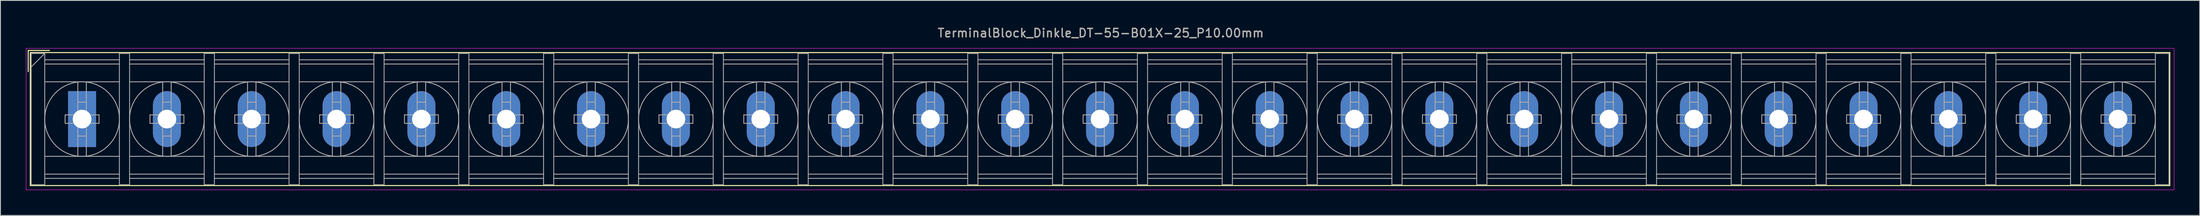
<source format=kicad_pcb>
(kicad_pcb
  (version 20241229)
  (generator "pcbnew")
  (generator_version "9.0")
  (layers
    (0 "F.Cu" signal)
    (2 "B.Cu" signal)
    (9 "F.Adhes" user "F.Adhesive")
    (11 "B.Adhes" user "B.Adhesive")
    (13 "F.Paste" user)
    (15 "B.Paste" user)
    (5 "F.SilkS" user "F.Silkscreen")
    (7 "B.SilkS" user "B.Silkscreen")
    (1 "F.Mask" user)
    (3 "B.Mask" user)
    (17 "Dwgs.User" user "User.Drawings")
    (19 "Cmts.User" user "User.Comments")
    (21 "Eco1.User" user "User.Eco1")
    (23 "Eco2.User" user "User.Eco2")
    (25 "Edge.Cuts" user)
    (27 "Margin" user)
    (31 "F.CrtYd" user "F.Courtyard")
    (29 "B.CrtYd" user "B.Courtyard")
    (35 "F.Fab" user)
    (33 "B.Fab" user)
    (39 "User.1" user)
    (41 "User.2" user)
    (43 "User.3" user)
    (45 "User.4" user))
  (footprint "TerminalBlock_Dinkle_DT-55-B01X-25_P10.00mm"
    (layer "F.Cu")
    (at 6.625 11.008)
    (property "Reference" "TerminalBlock_Dinkle_DT-55-B01X-25_P10.00mm" (at 120.08 -10.16 0) (layer "F.SilkS") (effects (font (size 1 1) (thickness 0.15))))
    (attr through_hole)
    (fp_line (start -6.35 -8.1) (end -3.85 -8.1) (stroke (width 0.12) (type solid)) (layer "F.SilkS"))
    (fp_line (start -6.35 -5.6) (end -6.35 -8.1) (stroke (width 0.12) (type solid)) (layer "F.SilkS"))
    (fp_line (start -6.1 -7.85) (end 246.1 -7.85) (stroke (width 0.12) (type solid)) (layer "F.SilkS"))
    (fp_line (start -6.1 7.85) (end -6.1 -7.85) (stroke (width 0.12) (type solid)) (layer "F.SilkS"))
    (fp_line (start -6.1 7.85) (end 246.1 7.85) (stroke (width 0.12) (type solid)) (layer "F.SilkS"))
    (fp_line (start 246.1 -7.85) (end 246.1 7.85) (stroke (width 0.12) (type solid)) (layer "F.SilkS"))
    (fp_line (start -6.6 -8.35) (end 246.6 -8.35) (stroke (width 0.05) (type solid)) (layer "F.CrtYd"))
    (fp_line (start -6.6 8.35) (end -6.6 -8.35) (stroke (width 0.05) (type solid)) (layer "F.CrtYd"))
    (fp_line (start -6.6 8.35) (end 246.6 8.35) (stroke (width 0.05) (type solid)) (layer "F.CrtYd"))
    (fp_line (start 246.6 -8.35) (end 246.6 8.35) (stroke (width 0.05) (type solid)) (layer "F.CrtYd"))
    (fp_line (start -6 -7.75) (end -6 7.75) (stroke (width 0.1) (type solid)) (layer "F.Fab"))
    (fp_line (start -6 -7.75) (end -4.4 -7.75) (stroke (width 0.1) (type solid)) (layer "F.Fab"))
    (fp_line (start -6 7.75) (end -4.4 7.75) (stroke (width 0.1) (type solid)) (layer "F.Fab"))
    (fp_line (start -4.4 -7.75) (end -6 -6.15) (stroke (width 0.1) (type solid)) (layer "F.Fab"))
    (fp_line (start -4.4 -7.75) (end -4.4 7.75) (stroke (width 0.1) (type solid)) (layer "F.Fab"))
    (fp_line (start -4.4 -7) (end 4.4 -7) (stroke (width 0.1) (type solid)) (layer "F.Fab"))
    (fp_line (start -4.4 -6.5) (end 4.4 -6.5) (stroke (width 0.1) (type solid)) (layer "F.Fab"))
    (fp_line (start -4.4 -4.4) (end 4.4 -4.4) (stroke (width 0.1) (type solid)) (layer "F.Fab"))
    (fp_line (start -4.4 4.4) (end 4.4 4.4) (stroke (width 0.1) (type solid)) (layer "F.Fab"))
    (fp_line (start -4.4 6.5) (end 4.4 6.5) (stroke (width 0.1) (type solid)) (layer "F.Fab"))
    (fp_line (start -4.4 7) (end 4.4 7) (stroke (width 0.1) (type solid)) (layer "F.Fab"))
    (fp_line (start -2 -0.5) (end -2 0.5) (stroke (width 0.1) (type solid)) (layer "F.Fab"))
    (fp_line (start -2 0.5) (end -0.5 0.5) (stroke (width 0.1) (type solid)) (layer "F.Fab"))
    (fp_line (start -0.5 -4.35) (end -0.5 -0.5) (stroke (width 0.1) (type solid)) (layer "F.Fab"))
    (fp_line (start -0.5 -2) (end 0.5 -2) (stroke (width 0.1) (type solid)) (layer "F.Fab"))
    (fp_line (start -0.5 -0.5) (end -2 -0.5) (stroke (width 0.1) (type solid)) (layer "F.Fab"))
    (fp_line (start -0.5 0.5) (end -0.5 4.35) (stroke (width 0.1) (type solid)) (layer "F.Fab"))
    (fp_line (start -0.5 2) (end 0.5 2) (stroke (width 0.1) (type solid)) (layer "F.Fab"))
    (fp_line (start 0.5 -4.35) (end 0.5 -0.5) (stroke (width 0.1) (type solid)) (layer "F.Fab"))
    (fp_line (start 0.5 -0.5) (end 2 -0.5) (stroke (width 0.1) (type solid)) (layer "F.Fab"))
    (fp_line (start 0.5 0.5) (end 0.5 4.35) (stroke (width 0.1) (type solid)) (layer "F.Fab"))
    (fp_line (start 2 -0.5) (end 2 0.5) (stroke (width 0.1) (type solid)) (layer "F.Fab"))
    (fp_line (start 2 0.5) (end 0.5 0.5) (stroke (width 0.1) (type solid)) (layer "F.Fab"))
    (fp_line (start 4.4 -7.75) (end 4.4 7.75) (stroke (width 0.1) (type solid)) (layer "F.Fab"))
    (fp_line (start 4.4 -7.75) (end 5.6 -7.75) (stroke (width 0.1) (type solid)) (layer "F.Fab"))
    (fp_line (start 4.4 7.75) (end 5.6 7.75) (stroke (width 0.1) (type solid)) (layer "F.Fab"))
    (fp_line (start 5.6 -7.75) (end 5.6 7.75) (stroke (width 0.1) (type solid)) (layer "F.Fab"))
    (fp_line (start 5.6 -7) (end 14.4 -7) (stroke (width 0.1) (type solid)) (layer "F.Fab"))
    (fp_line (start 5.6 -6.5) (end 14.4 -6.5) (stroke (width 0.1) (type solid)) (layer "F.Fab"))
    (fp_line (start 5.6 -4.4) (end 14.4 -4.4) (stroke (width 0.1) (type solid)) (layer "F.Fab"))
    (fp_line (start 5.6 4.4) (end 14.4 4.4) (stroke (width 0.1) (type solid)) (layer "F.Fab"))
    (fp_line (start 5.6 6.5) (end 14.4 6.5) (stroke (width 0.1) (type solid)) (layer "F.Fab"))
    (fp_line (start 5.6 7) (end 14.4 7) (stroke (width 0.1) (type solid)) (layer "F.Fab"))
    (fp_line (start 8 -0.5) (end 8 0.5) (stroke (width 0.1) (type solid)) (layer "F.Fab"))
    (fp_line (start 8 0.5) (end 9.5 0.5) (stroke (width 0.1) (type solid)) (layer "F.Fab"))
    (fp_line (start 9.5 -4.35) (end 9.5 -0.5) (stroke (width 0.1) (type solid)) (layer "F.Fab"))
    (fp_line (start 9.5 -2) (end 10.5 -2) (stroke (width 0.1) (type solid)) (layer "F.Fab"))
    (fp_line (start 9.5 -0.5) (end 8 -0.5) (stroke (width 0.1) (type solid)) (layer "F.Fab"))
    (fp_line (start 9.5 0.5) (end 9.5 4.35) (stroke (width 0.1) (type solid)) (layer "F.Fab"))
    (fp_line (start 9.5 2) (end 10.5 2) (stroke (width 0.1) (type solid)) (layer "F.Fab"))
    (fp_line (start 10.5 -4.35) (end 10.5 -0.5) (stroke (width 0.1) (type solid)) (layer "F.Fab"))
    (fp_line (start 10.5 -0.5) (end 12 -0.5) (stroke (width 0.1) (type solid)) (layer "F.Fab"))
    (fp_line (start 10.5 0.5) (end 10.5 4.35) (stroke (width 0.1) (type solid)) (layer "F.Fab"))
    (fp_line (start 12 -0.5) (end 12 0.5) (stroke (width 0.1) (type solid)) (layer "F.Fab"))
    (fp_line (start 12 0.5) (end 10.5 0.5) (stroke (width 0.1) (type solid)) (layer "F.Fab"))
    (fp_line (start 14.4 -7.75) (end 14.4 7.75) (stroke (width 0.1) (type solid)) (layer "F.Fab"))
    (fp_line (start 14.4 -7.75) (end 15.6 -7.75) (stroke (width 0.1) (type solid)) (layer "F.Fab"))
    (fp_line (start 14.4 7.75) (end 15.6 7.75) (stroke (width 0.1) (type solid)) (layer "F.Fab"))
    (fp_line (start 15.6 -7.75) (end 15.6 7.75) (stroke (width 0.1) (type solid)) (layer "F.Fab"))
    (fp_line (start 15.6 -7) (end 24.4 -7) (stroke (width 0.1) (type solid)) (layer "F.Fab"))
    (fp_line (start 15.6 -6.5) (end 24.4 -6.5) (stroke (width 0.1) (type solid)) (layer "F.Fab"))
    (fp_line (start 15.6 -4.4) (end 24.4 -4.4) (stroke (width 0.1) (type solid)) (layer "F.Fab"))
    (fp_line (start 15.6 4.4) (end 24.4 4.4) (stroke (width 0.1) (type solid)) (layer "F.Fab"))
    (fp_line (start 15.6 6.5) (end 24.4 6.5) (stroke (width 0.1) (type solid)) (layer "F.Fab"))
    (fp_line (start 15.6 7) (end 24.4 7) (stroke (width 0.1) (type solid)) (layer "F.Fab"))
    (fp_line (start 18 -0.5) (end 18 0.5) (stroke (width 0.1) (type solid)) (layer "F.Fab"))
    (fp_line (start 18 0.5) (end 19.5 0.5) (stroke (width 0.1) (type solid)) (layer "F.Fab"))
    (fp_line (start 19.5 -4.35) (end 19.5 -0.5) (stroke (width 0.1) (type solid)) (layer "F.Fab"))
    (fp_line (start 19.5 -2) (end 20.5 -2) (stroke (width 0.1) (type solid)) (layer "F.Fab"))
    (fp_line (start 19.5 -0.5) (end 18 -0.5) (stroke (width 0.1) (type solid)) (layer "F.Fab"))
    (fp_line (start 19.5 0.5) (end 19.5 4.35) (stroke (width 0.1) (type solid)) (layer "F.Fab"))
    (fp_line (start 19.5 2) (end 20.5 2) (stroke (width 0.1) (type solid)) (layer "F.Fab"))
    (fp_line (start 20.5 -4.35) (end 20.5 -0.5) (stroke (width 0.1) (type solid)) (layer "F.Fab"))
    (fp_line (start 20.5 -0.5) (end 22 -0.5) (stroke (width 0.1) (type solid)) (layer "F.Fab"))
    (fp_line (start 20.5 0.5) (end 20.5 4.35) (stroke (width 0.1) (type solid)) (layer "F.Fab"))
    (fp_line (start 22 -0.5) (end 22 0.5) (stroke (width 0.1) (type solid)) (layer "F.Fab"))
    (fp_line (start 22 0.5) (end 20.5 0.5) (stroke (width 0.1) (type solid)) (layer "F.Fab"))
    (fp_line (start 24.4 -7.75) (end 24.4 7.75) (stroke (width 0.1) (type solid)) (layer "F.Fab"))
    (fp_line (start 24.4 -7.75) (end 25.6 -7.75) (stroke (width 0.1) (type solid)) (layer "F.Fab"))
    (fp_line (start 24.4 7.75) (end 25.6 7.75) (stroke (width 0.1) (type solid)) (layer "F.Fab"))
    (fp_line (start 25.6 -7.75) (end 25.6 7.75) (stroke (width 0.1) (type solid)) (layer "F.Fab"))
    (fp_line (start 25.6 -7) (end 34.4 -7) (stroke (width 0.1) (type solid)) (layer "F.Fab"))
    (fp_line (start 25.6 -6.5) (end 34.4 -6.5) (stroke (width 0.1) (type solid)) (layer "F.Fab"))
    (fp_line (start 25.6 -4.4) (end 34.4 -4.4) (stroke (width 0.1) (type solid)) (layer "F.Fab"))
    (fp_line (start 25.6 4.4) (end 34.4 4.4) (stroke (width 0.1) (type solid)) (layer "F.Fab"))
    (fp_line (start 25.6 6.5) (end 34.4 6.5) (stroke (width 0.1) (type solid)) (layer "F.Fab"))
    (fp_line (start 25.6 7) (end 34.4 7) (stroke (width 0.1) (type solid)) (layer "F.Fab"))
    (fp_line (start 28 -0.5) (end 28 0.5) (stroke (width 0.1) (type solid)) (layer "F.Fab"))
    (fp_line (start 28 0.5) (end 29.5 0.5) (stroke (width 0.1) (type solid)) (layer "F.Fab"))
    (fp_line (start 29.5 -4.35) (end 29.5 -0.5) (stroke (width 0.1) (type solid)) (layer "F.Fab"))
    (fp_line (start 29.5 -2) (end 30.5 -2) (stroke (width 0.1) (type solid)) (layer "F.Fab"))
    (fp_line (start 29.5 -0.5) (end 28 -0.5) (stroke (width 0.1) (type solid)) (layer "F.Fab"))
    (fp_line (start 29.5 0.5) (end 29.5 4.35) (stroke (width 0.1) (type solid)) (layer "F.Fab"))
    (fp_line (start 29.5 2) (end 30.5 2) (stroke (width 0.1) (type solid)) (layer "F.Fab"))
    (fp_line (start 30.5 -4.35) (end 30.5 -0.5) (stroke (width 0.1) (type solid)) (layer "F.Fab"))
    (fp_line (start 30.5 -0.5) (end 32 -0.5) (stroke (width 0.1) (type solid)) (layer "F.Fab"))
    (fp_line (start 30.5 0.5) (end 30.5 4.35) (stroke (width 0.1) (type solid)) (layer "F.Fab"))
    (fp_line (start 32 -0.5) (end 32 0.5) (stroke (width 0.1) (type solid)) (layer "F.Fab"))
    (fp_line (start 32 0.5) (end 30.5 0.5) (stroke (width 0.1) (type solid)) (layer "F.Fab"))
    (fp_line (start 34.4 -7.75) (end 34.4 7.75) (stroke (width 0.1) (type solid)) (layer "F.Fab"))
    (fp_line (start 34.4 -7.75) (end 35.6 -7.75) (stroke (width 0.1) (type solid)) (layer "F.Fab"))
    (fp_line (start 34.4 7.75) (end 35.6 7.75) (stroke (width 0.1) (type solid)) (layer "F.Fab"))
    (fp_line (start 35.6 -7.75) (end 35.6 7.75) (stroke (width 0.1) (type solid)) (layer "F.Fab"))
    (fp_line (start 35.6 -7) (end 44.4 -7) (stroke (width 0.1) (type solid)) (layer "F.Fab"))
    (fp_line (start 35.6 -6.5) (end 44.4 -6.5) (stroke (width 0.1) (type solid)) (layer "F.Fab"))
    (fp_line (start 35.6 -4.4) (end 44.4 -4.4) (stroke (width 0.1) (type solid)) (layer "F.Fab"))
    (fp_line (start 35.6 4.4) (end 44.4 4.4) (stroke (width 0.1) (type solid)) (layer "F.Fab"))
    (fp_line (start 35.6 6.5) (end 44.4 6.5) (stroke (width 0.1) (type solid)) (layer "F.Fab"))
    (fp_line (start 35.6 7) (end 44.4 7) (stroke (width 0.1) (type solid)) (layer "F.Fab"))
    (fp_line (start 38 -0.5) (end 38 0.5) (stroke (width 0.1) (type solid)) (layer "F.Fab"))
    (fp_line (start 38 0.5) (end 39.5 0.5) (stroke (width 0.1) (type solid)) (layer "F.Fab"))
    (fp_line (start 39.5 -4.35) (end 39.5 -0.5) (stroke (width 0.1) (type solid)) (layer "F.Fab"))
    (fp_line (start 39.5 -2) (end 40.5 -2) (stroke (width 0.1) (type solid)) (layer "F.Fab"))
    (fp_line (start 39.5 -0.5) (end 38 -0.5) (stroke (width 0.1) (type solid)) (layer "F.Fab"))
    (fp_line (start 39.5 0.5) (end 39.5 4.35) (stroke (width 0.1) (type solid)) (layer "F.Fab"))
    (fp_line (start 39.5 2) (end 40.5 2) (stroke (width 0.1) (type solid)) (layer "F.Fab"))
    (fp_line (start 40.5 -4.35) (end 40.5 -0.5) (stroke (width 0.1) (type solid)) (layer "F.Fab"))
    (fp_line (start 40.5 -0.5) (end 42 -0.5) (stroke (width 0.1) (type solid)) (layer "F.Fab"))
    (fp_line (start 40.5 0.5) (end 40.5 4.35) (stroke (width 0.1) (type solid)) (layer "F.Fab"))
    (fp_line (start 42 -0.5) (end 42 0.5) (stroke (width 0.1) (type solid)) (layer "F.Fab"))
    (fp_line (start 42 0.5) (end 40.5 0.5) (stroke (width 0.1) (type solid)) (layer "F.Fab"))
    (fp_line (start 44.4 -7.75) (end 44.4 7.75) (stroke (width 0.1) (type solid)) (layer "F.Fab"))
    (fp_line (start 44.4 -7.75) (end 45.6 -7.75) (stroke (width 0.1) (type solid)) (layer "F.Fab"))
    (fp_line (start 44.4 7.75) (end 45.6 7.75) (stroke (width 0.1) (type solid)) (layer "F.Fab"))
    (fp_line (start 45.6 -7.75) (end 45.6 7.75) (stroke (width 0.1) (type solid)) (layer "F.Fab"))
    (fp_line (start 45.6 -7) (end 54.4 -7) (stroke (width 0.1) (type solid)) (layer "F.Fab"))
    (fp_line (start 45.6 -6.5) (end 54.4 -6.5) (stroke (width 0.1) (type solid)) (layer "F.Fab"))
    (fp_line (start 45.6 -4.4) (end 54.4 -4.4) (stroke (width 0.1) (type solid)) (layer "F.Fab"))
    (fp_line (start 45.6 4.4) (end 54.4 4.4) (stroke (width 0.1) (type solid)) (layer "F.Fab"))
    (fp_line (start 45.6 6.5) (end 54.4 6.5) (stroke (width 0.1) (type solid)) (layer "F.Fab"))
    (fp_line (start 45.6 7) (end 54.4 7) (stroke (width 0.1) (type solid)) (layer "F.Fab"))
    (fp_line (start 48 -0.5) (end 48 0.5) (stroke (width 0.1) (type solid)) (layer "F.Fab"))
    (fp_line (start 48 0.5) (end 49.5 0.5) (stroke (width 0.1) (type solid)) (layer "F.Fab"))
    (fp_line (start 49.5 -4.35) (end 49.5 -0.5) (stroke (width 0.1) (type solid)) (layer "F.Fab"))
    (fp_line (start 49.5 -2) (end 50.5 -2) (stroke (width 0.1) (type solid)) (layer "F.Fab"))
    (fp_line (start 49.5 -0.5) (end 48 -0.5) (stroke (width 0.1) (type solid)) (layer "F.Fab"))
    (fp_line (start 49.5 0.5) (end 49.5 4.35) (stroke (width 0.1) (type solid)) (layer "F.Fab"))
    (fp_line (start 49.5 2) (end 50.5 2) (stroke (width 0.1) (type solid)) (layer "F.Fab"))
    (fp_line (start 50.5 -4.35) (end 50.5 -0.5) (stroke (width 0.1) (type solid)) (layer "F.Fab"))
    (fp_line (start 50.5 -0.5) (end 52 -0.5) (stroke (width 0.1) (type solid)) (layer "F.Fab"))
    (fp_line (start 50.5 0.5) (end 50.5 4.35) (stroke (width 0.1) (type solid)) (layer "F.Fab"))
    (fp_line (start 52 -0.5) (end 52 0.5) (stroke (width 0.1) (type solid)) (layer "F.Fab"))
    (fp_line (start 52 0.5) (end 50.5 0.5) (stroke (width 0.1) (type solid)) (layer "F.Fab"))
    (fp_line (start 54.4 -7.75) (end 54.4 7.75) (stroke (width 0.1) (type solid)) (layer "F.Fab"))
    (fp_line (start 54.4 -7.75) (end 55.6 -7.75) (stroke (width 0.1) (type solid)) (layer "F.Fab"))
    (fp_line (start 54.4 7.75) (end 55.6 7.75) (stroke (width 0.1) (type solid)) (layer "F.Fab"))
    (fp_line (start 55.6 -7.75) (end 55.6 7.75) (stroke (width 0.1) (type solid)) (layer "F.Fab"))
    (fp_line (start 55.6 -7) (end 64.4 -7) (stroke (width 0.1) (type solid)) (layer "F.Fab"))
    (fp_line (start 55.6 -6.5) (end 64.4 -6.5) (stroke (width 0.1) (type solid)) (layer "F.Fab"))
    (fp_line (start 55.6 -4.4) (end 64.4 -4.4) (stroke (width 0.1) (type solid)) (layer "F.Fab"))
    (fp_line (start 55.6 4.4) (end 64.4 4.4) (stroke (width 0.1) (type solid)) (layer "F.Fab"))
    (fp_line (start 55.6 6.5) (end 64.4 6.5) (stroke (width 0.1) (type solid)) (layer "F.Fab"))
    (fp_line (start 55.6 7) (end 64.4 7) (stroke (width 0.1) (type solid)) (layer "F.Fab"))
    (fp_line (start 58 -0.5) (end 58 0.5) (stroke (width 0.1) (type solid)) (layer "F.Fab"))
    (fp_line (start 58 0.5) (end 59.5 0.5) (stroke (width 0.1) (type solid)) (layer "F.Fab"))
    (fp_line (start 59.5 -4.35) (end 59.5 -0.5) (stroke (width 0.1) (type solid)) (layer "F.Fab"))
    (fp_line (start 59.5 -2) (end 60.5 -2) (stroke (width 0.1) (type solid)) (layer "F.Fab"))
    (fp_line (start 59.5 -0.5) (end 58 -0.5) (stroke (width 0.1) (type solid)) (layer "F.Fab"))
    (fp_line (start 59.5 0.5) (end 59.5 4.35) (stroke (width 0.1) (type solid)) (layer "F.Fab"))
    (fp_line (start 59.5 2) (end 60.5 2) (stroke (width 0.1) (type solid)) (layer "F.Fab"))
    (fp_line (start 60.5 -4.35) (end 60.5 -0.5) (stroke (width 0.1) (type solid)) (layer "F.Fab"))
    (fp_line (start 60.5 -0.5) (end 62 -0.5) (stroke (width 0.1) (type solid)) (layer "F.Fab"))
    (fp_line (start 60.5 0.5) (end 60.5 4.35) (stroke (width 0.1) (type solid)) (layer "F.Fab"))
    (fp_line (start 62 -0.5) (end 62 0.5) (stroke (width 0.1) (type solid)) (layer "F.Fab"))
    (fp_line (start 62 0.5) (end 60.5 0.5) (stroke (width 0.1) (type solid)) (layer "F.Fab"))
    (fp_line (start 64.4 -7.75) (end 64.4 7.75) (stroke (width 0.1) (type solid)) (layer "F.Fab"))
    (fp_line (start 64.4 -7.75) (end 65.6 -7.75) (stroke (width 0.1) (type solid)) (layer "F.Fab"))
    (fp_line (start 64.4 7.75) (end 65.6 7.75) (stroke (width 0.1) (type solid)) (layer "F.Fab"))
    (fp_line (start 65.6 -7.75) (end 65.6 7.75) (stroke (width 0.1) (type solid)) (layer "F.Fab"))
    (fp_line (start 65.6 -7) (end 74.4 -7) (stroke (width 0.1) (type solid)) (layer "F.Fab"))
    (fp_line (start 65.6 -6.5) (end 74.4 -6.5) (stroke (width 0.1) (type solid)) (layer "F.Fab"))
    (fp_line (start 65.6 -4.4) (end 74.4 -4.4) (stroke (width 0.1) (type solid)) (layer "F.Fab"))
    (fp_line (start 65.6 4.4) (end 74.4 4.4) (stroke (width 0.1) (type solid)) (layer "F.Fab"))
    (fp_line (start 65.6 6.5) (end 74.4 6.5) (stroke (width 0.1) (type solid)) (layer "F.Fab"))
    (fp_line (start 65.6 7) (end 74.4 7) (stroke (width 0.1) (type solid)) (layer "F.Fab"))
    (fp_line (start 68 -0.5) (end 68 0.5) (stroke (width 0.1) (type solid)) (layer "F.Fab"))
    (fp_line (start 68 0.5) (end 69.5 0.5) (stroke (width 0.1) (type solid)) (layer "F.Fab"))
    (fp_line (start 69.5 -4.35) (end 69.5 -0.5) (stroke (width 0.1) (type solid)) (layer "F.Fab"))
    (fp_line (start 69.5 -2) (end 70.5 -2) (stroke (width 0.1) (type solid)) (layer "F.Fab"))
    (fp_line (start 69.5 -0.5) (end 68 -0.5) (stroke (width 0.1) (type solid)) (layer "F.Fab"))
    (fp_line (start 69.5 0.5) (end 69.5 4.35) (stroke (width 0.1) (type solid)) (layer "F.Fab"))
    (fp_line (start 69.5 2) (end 70.5 2) (stroke (width 0.1) (type solid)) (layer "F.Fab"))
    (fp_line (start 70.5 -4.35) (end 70.5 -0.5) (stroke (width 0.1) (type solid)) (layer "F.Fab"))
    (fp_line (start 70.5 -0.5) (end 72 -0.5) (stroke (width 0.1) (type solid)) (layer "F.Fab"))
    (fp_line (start 70.5 0.5) (end 70.5 4.35) (stroke (width 0.1) (type solid)) (layer "F.Fab"))
    (fp_line (start 72 -0.5) (end 72 0.5) (stroke (width 0.1) (type solid)) (layer "F.Fab"))
    (fp_line (start 72 0.5) (end 70.5 0.5) (stroke (width 0.1) (type solid)) (layer "F.Fab"))
    (fp_line (start 74.4 -7.75) (end 74.4 7.75) (stroke (width 0.1) (type solid)) (layer "F.Fab"))
    (fp_line (start 74.4 -7.75) (end 75.6 -7.75) (stroke (width 0.1) (type solid)) (layer "F.Fab"))
    (fp_line (start 74.4 7.75) (end 75.6 7.75) (stroke (width 0.1) (type solid)) (layer "F.Fab"))
    (fp_line (start 75.6 -7.75) (end 75.6 7.75) (stroke (width 0.1) (type solid)) (layer "F.Fab"))
    (fp_line (start 75.6 -7) (end 84.4 -7) (stroke (width 0.1) (type solid)) (layer "F.Fab"))
    (fp_line (start 75.6 -6.5) (end 84.4 -6.5) (stroke (width 0.1) (type solid)) (layer "F.Fab"))
    (fp_line (start 75.6 -4.4) (end 84.4 -4.4) (stroke (width 0.1) (type solid)) (layer "F.Fab"))
    (fp_line (start 75.6 4.4) (end 84.4 4.4) (stroke (width 0.1) (type solid)) (layer "F.Fab"))
    (fp_line (start 75.6 6.5) (end 84.4 6.5) (stroke (width 0.1) (type solid)) (layer "F.Fab"))
    (fp_line (start 75.6 7) (end 84.4 7) (stroke (width 0.1) (type solid)) (layer "F.Fab"))
    (fp_line (start 78 -0.5) (end 78 0.5) (stroke (width 0.1) (type solid)) (layer "F.Fab"))
    (fp_line (start 78 0.5) (end 79.5 0.5) (stroke (width 0.1) (type solid)) (layer "F.Fab"))
    (fp_line (start 79.5 -4.35) (end 79.5 -0.5) (stroke (width 0.1) (type solid)) (layer "F.Fab"))
    (fp_line (start 79.5 -2) (end 80.5 -2) (stroke (width 0.1) (type solid)) (layer "F.Fab"))
    (fp_line (start 79.5 -0.5) (end 78 -0.5) (stroke (width 0.1) (type solid)) (layer "F.Fab"))
    (fp_line (start 79.5 0.5) (end 79.5 4.35) (stroke (width 0.1) (type solid)) (layer "F.Fab"))
    (fp_line (start 79.5 2) (end 80.5 2) (stroke (width 0.1) (type solid)) (layer "F.Fab"))
    (fp_line (start 80.5 -4.35) (end 80.5 -0.5) (stroke (width 0.1) (type solid)) (layer "F.Fab"))
    (fp_line (start 80.5 -0.5) (end 82 -0.5) (stroke (width 0.1) (type solid)) (layer "F.Fab"))
    (fp_line (start 80.5 0.5) (end 80.5 4.35) (stroke (width 0.1) (type solid)) (layer "F.Fab"))
    (fp_line (start 82 -0.5) (end 82 0.5) (stroke (width 0.1) (type solid)) (layer "F.Fab"))
    (fp_line (start 82 0.5) (end 80.5 0.5) (stroke (width 0.1) (type solid)) (layer "F.Fab"))
    (fp_line (start 84.4 -7.75) (end 84.4 7.75) (stroke (width 0.1) (type solid)) (layer "F.Fab"))
    (fp_line (start 84.4 -7.75) (end 85.6 -7.75) (stroke (width 0.1) (type solid)) (layer "F.Fab"))
    (fp_line (start 84.4 7.75) (end 85.6 7.75) (stroke (width 0.1) (type solid)) (layer "F.Fab"))
    (fp_line (start 85.6 -7.75) (end 85.6 7.75) (stroke (width 0.1) (type solid)) (layer "F.Fab"))
    (fp_line (start 85.6 -7) (end 94.4 -7) (stroke (width 0.1) (type solid)) (layer "F.Fab"))
    (fp_line (start 85.6 -6.5) (end 94.4 -6.5) (stroke (width 0.1) (type solid)) (layer "F.Fab"))
    (fp_line (start 85.6 -4.4) (end 94.4 -4.4) (stroke (width 0.1) (type solid)) (layer "F.Fab"))
    (fp_line (start 85.6 4.4) (end 94.4 4.4) (stroke (width 0.1) (type solid)) (layer "F.Fab"))
    (fp_line (start 85.6 6.5) (end 94.4 6.5) (stroke (width 0.1) (type solid)) (layer "F.Fab"))
    (fp_line (start 85.6 7) (end 94.4 7) (stroke (width 0.1) (type solid)) (layer "F.Fab"))
    (fp_line (start 88 -0.5) (end 88 0.5) (stroke (width 0.1) (type solid)) (layer "F.Fab"))
    (fp_line (start 88 0.5) (end 89.5 0.5) (stroke (width 0.1) (type solid)) (layer "F.Fab"))
    (fp_line (start 89.5 -4.35) (end 89.5 -0.5) (stroke (width 0.1) (type solid)) (layer "F.Fab"))
    (fp_line (start 89.5 -2) (end 90.5 -2) (stroke (width 0.1) (type solid)) (layer "F.Fab"))
    (fp_line (start 89.5 -0.5) (end 88 -0.5) (stroke (width 0.1) (type solid)) (layer "F.Fab"))
    (fp_line (start 89.5 0.5) (end 89.5 4.35) (stroke (width 0.1) (type solid)) (layer "F.Fab"))
    (fp_line (start 89.5 2) (end 90.5 2) (stroke (width 0.1) (type solid)) (layer "F.Fab"))
    (fp_line (start 90.5 -4.35) (end 90.5 -0.5) (stroke (width 0.1) (type solid)) (layer "F.Fab"))
    (fp_line (start 90.5 -0.5) (end 92 -0.5) (stroke (width 0.1) (type solid)) (layer "F.Fab"))
    (fp_line (start 90.5 0.5) (end 90.5 4.35) (stroke (width 0.1) (type solid)) (layer "F.Fab"))
    (fp_line (start 92 -0.5) (end 92 0.5) (stroke (width 0.1) (type solid)) (layer "F.Fab"))
    (fp_line (start 92 0.5) (end 90.5 0.5) (stroke (width 0.1) (type solid)) (layer "F.Fab"))
    (fp_line (start 94.4 -7.75) (end 94.4 7.75) (stroke (width 0.1) (type solid)) (layer "F.Fab"))
    (fp_line (start 94.4 -7.75) (end 95.6 -7.75) (stroke (width 0.1) (type solid)) (layer "F.Fab"))
    (fp_line (start 94.4 7.75) (end 95.6 7.75) (stroke (width 0.1) (type solid)) (layer "F.Fab"))
    (fp_line (start 95.6 -7.75) (end 95.6 7.75) (stroke (width 0.1) (type solid)) (layer "F.Fab"))
    (fp_line (start 95.6 -7) (end 104.4 -7) (stroke (width 0.1) (type solid)) (layer "F.Fab"))
    (fp_line (start 95.6 -6.5) (end 104.4 -6.5) (stroke (width 0.1) (type solid)) (layer "F.Fab"))
    (fp_line (start 95.6 -4.4) (end 104.4 -4.4) (stroke (width 0.1) (type solid)) (layer "F.Fab"))
    (fp_line (start 95.6 4.4) (end 104.4 4.4) (stroke (width 0.1) (type solid)) (layer "F.Fab"))
    (fp_line (start 95.6 6.5) (end 104.4 6.5) (stroke (width 0.1) (type solid)) (layer "F.Fab"))
    (fp_line (start 95.6 7) (end 104.4 7) (stroke (width 0.1) (type solid)) (layer "F.Fab"))
    (fp_line (start 98 -0.5) (end 98 0.5) (stroke (width 0.1) (type solid)) (layer "F.Fab"))
    (fp_line (start 98 0.5) (end 99.5 0.5) (stroke (width 0.1) (type solid)) (layer "F.Fab"))
    (fp_line (start 99.5 -4.35) (end 99.5 -0.5) (stroke (width 0.1) (type solid)) (layer "F.Fab"))
    (fp_line (start 99.5 -2) (end 100.5 -2) (stroke (width 0.1) (type solid)) (layer "F.Fab"))
    (fp_line (start 99.5 -0.5) (end 98 -0.5) (stroke (width 0.1) (type solid)) (layer "F.Fab"))
    (fp_line (start 99.5 0.5) (end 99.5 4.35) (stroke (width 0.1) (type solid)) (layer "F.Fab"))
    (fp_line (start 99.5 2) (end 100.5 2) (stroke (width 0.1) (type solid)) (layer "F.Fab"))
    (fp_line (start 100.5 -4.35) (end 100.5 -0.5) (stroke (width 0.1) (type solid)) (layer "F.Fab"))
    (fp_line (start 100.5 -0.5) (end 102 -0.5) (stroke (width 0.1) (type solid)) (layer "F.Fab"))
    (fp_line (start 100.5 0.5) (end 100.5 4.35) (stroke (width 0.1) (type solid)) (layer "F.Fab"))
    (fp_line (start 102 -0.5) (end 102 0.5) (stroke (width 0.1) (type solid)) (layer "F.Fab"))
    (fp_line (start 102 0.5) (end 100.5 0.5) (stroke (width 0.1) (type solid)) (layer "F.Fab"))
    (fp_line (start 104.4 -7.75) (end 104.4 7.75) (stroke (width 0.1) (type solid)) (layer "F.Fab"))
    (fp_line (start 104.4 -7.75) (end 105.6 -7.75) (stroke (width 0.1) (type solid)) (layer "F.Fab"))
    (fp_line (start 104.4 7.75) (end 105.6 7.75) (stroke (width 0.1) (type solid)) (layer "F.Fab"))
    (fp_line (start 105.6 -7.75) (end 105.6 7.75) (stroke (width 0.1) (type solid)) (layer "F.Fab"))
    (fp_line (start 105.6 -7) (end 114.4 -7) (stroke (width 0.1) (type solid)) (layer "F.Fab"))
    (fp_line (start 105.6 -6.5) (end 114.4 -6.5) (stroke (width 0.1) (type solid)) (layer "F.Fab"))
    (fp_line (start 105.6 -4.4) (end 114.4 -4.4) (stroke (width 0.1) (type solid)) (layer "F.Fab"))
    (fp_line (start 105.6 4.4) (end 114.4 4.4) (stroke (width 0.1) (type solid)) (layer "F.Fab"))
    (fp_line (start 105.6 6.5) (end 114.4 6.5) (stroke (width 0.1) (type solid)) (layer "F.Fab"))
    (fp_line (start 105.6 7) (end 114.4 7) (stroke (width 0.1) (type solid)) (layer "F.Fab"))
    (fp_line (start 108 -0.5) (end 108 0.5) (stroke (width 0.1) (type solid)) (layer "F.Fab"))
    (fp_line (start 108 0.5) (end 109.5 0.5) (stroke (width 0.1) (type solid)) (layer "F.Fab"))
    (fp_line (start 109.5 -4.35) (end 109.5 -0.5) (stroke (width 0.1) (type solid)) (layer "F.Fab"))
    (fp_line (start 109.5 -2) (end 110.5 -2) (stroke (width 0.1) (type solid)) (layer "F.Fab"))
    (fp_line (start 109.5 -0.5) (end 108 -0.5) (stroke (width 0.1) (type solid)) (layer "F.Fab"))
    (fp_line (start 109.5 0.5) (end 109.5 4.35) (stroke (width 0.1) (type solid)) (layer "F.Fab"))
    (fp_line (start 109.5 2) (end 110.5 2) (stroke (width 0.1) (type solid)) (layer "F.Fab"))
    (fp_line (start 110.5 -4.35) (end 110.5 -0.5) (stroke (width 0.1) (type solid)) (layer "F.Fab"))
    (fp_line (start 110.5 -0.5) (end 112 -0.5) (stroke (width 0.1) (type solid)) (layer "F.Fab"))
    (fp_line (start 110.5 0.5) (end 110.5 4.35) (stroke (width 0.1) (type solid)) (layer "F.Fab"))
    (fp_line (start 112 -0.5) (end 112 0.5) (stroke (width 0.1) (type solid)) (layer "F.Fab"))
    (fp_line (start 112 0.5) (end 110.5 0.5) (stroke (width 0.1) (type solid)) (layer "F.Fab"))
    (fp_line (start 114.4 -7.75) (end 114.4 7.75) (stroke (width 0.1) (type solid)) (layer "F.Fab"))
    (fp_line (start 114.4 -7.75) (end 115.6 -7.75) (stroke (width 0.1) (type solid)) (layer "F.Fab"))
    (fp_line (start 114.4 7.75) (end 115.6 7.75) (stroke (width 0.1) (type solid)) (layer "F.Fab"))
    (fp_line (start 115.6 -7.75) (end 115.6 7.75) (stroke (width 0.1) (type solid)) (layer "F.Fab"))
    (fp_line (start 115.6 -7) (end 124.4 -7) (stroke (width 0.1) (type solid)) (layer "F.Fab"))
    (fp_line (start 115.6 -6.5) (end 124.4 -6.5) (stroke (width 0.1) (type solid)) (layer "F.Fab"))
    (fp_line (start 115.6 -4.4) (end 124.4 -4.4) (stroke (width 0.1) (type solid)) (layer "F.Fab"))
    (fp_line (start 115.6 4.4) (end 124.4 4.4) (stroke (width 0.1) (type solid)) (layer "F.Fab"))
    (fp_line (start 115.6 6.5) (end 124.4 6.5) (stroke (width 0.1) (type solid)) (layer "F.Fab"))
    (fp_line (start 115.6 7) (end 124.4 7) (stroke (width 0.1) (type solid)) (layer "F.Fab"))
    (fp_line (start 118 -0.5) (end 118 0.5) (stroke (width 0.1) (type solid)) (layer "F.Fab"))
    (fp_line (start 118 0.5) (end 119.5 0.5) (stroke (width 0.1) (type solid)) (layer "F.Fab"))
    (fp_line (start 119.5 -4.35) (end 119.5 -0.5) (stroke (width 0.1) (type solid)) (layer "F.Fab"))
    (fp_line (start 119.5 -2) (end 120.5 -2) (stroke (width 0.1) (type solid)) (layer "F.Fab"))
    (fp_line (start 119.5 -0.5) (end 118 -0.5) (stroke (width 0.1) (type solid)) (layer "F.Fab"))
    (fp_line (start 119.5 0.5) (end 119.5 4.35) (stroke (width 0.1) (type solid)) (layer "F.Fab"))
    (fp_line (start 119.5 2) (end 120.5 2) (stroke (width 0.1) (type solid)) (layer "F.Fab"))
    (fp_line (start 120.5 -4.35) (end 120.5 -0.5) (stroke (width 0.1) (type solid)) (layer "F.Fab"))
    (fp_line (start 120.5 -0.5) (end 122 -0.5) (stroke (width 0.1) (type solid)) (layer "F.Fab"))
    (fp_line (start 120.5 0.5) (end 120.5 4.35) (stroke (width 0.1) (type solid)) (layer "F.Fab"))
    (fp_line (start 122 -0.5) (end 122 0.5) (stroke (width 0.1) (type solid)) (layer "F.Fab"))
    (fp_line (start 122 0.5) (end 120.5 0.5) (stroke (width 0.1) (type solid)) (layer "F.Fab"))
    (fp_line (start 124.4 -7.75) (end 124.4 7.75) (stroke (width 0.1) (type solid)) (layer "F.Fab"))
    (fp_line (start 124.4 -7.75) (end 125.6 -7.75) (stroke (width 0.1) (type solid)) (layer "F.Fab"))
    (fp_line (start 124.4 7.75) (end 125.6 7.75) (stroke (width 0.1) (type solid)) (layer "F.Fab"))
    (fp_line (start 125.6 -7.75) (end 125.6 7.75) (stroke (width 0.1) (type solid)) (layer "F.Fab"))
    (fp_line (start 125.6 -7) (end 134.4 -7) (stroke (width 0.1) (type solid)) (layer "F.Fab"))
    (fp_line (start 125.6 -6.5) (end 134.4 -6.5) (stroke (width 0.1) (type solid)) (layer "F.Fab"))
    (fp_line (start 125.6 -4.4) (end 134.4 -4.4) (stroke (width 0.1) (type solid)) (layer "F.Fab"))
    (fp_line (start 125.6 4.4) (end 134.4 4.4) (stroke (width 0.1) (type solid)) (layer "F.Fab"))
    (fp_line (start 125.6 6.5) (end 134.4 6.5) (stroke (width 0.1) (type solid)) (layer "F.Fab"))
    (fp_line (start 125.6 7) (end 134.4 7) (stroke (width 0.1) (type solid)) (layer "F.Fab"))
    (fp_line (start 128 -0.5) (end 128 0.5) (stroke (width 0.1) (type solid)) (layer "F.Fab"))
    (fp_line (start 128 0.5) (end 129.5 0.5) (stroke (width 0.1) (type solid)) (layer "F.Fab"))
    (fp_line (start 129.5 -4.35) (end 129.5 -0.5) (stroke (width 0.1) (type solid)) (layer "F.Fab"))
    (fp_line (start 129.5 -2) (end 130.5 -2) (stroke (width 0.1) (type solid)) (layer "F.Fab"))
    (fp_line (start 129.5 -0.5) (end 128 -0.5) (stroke (width 0.1) (type solid)) (layer "F.Fab"))
    (fp_line (start 129.5 0.5) (end 129.5 4.35) (stroke (width 0.1) (type solid)) (layer "F.Fab"))
    (fp_line (start 129.5 2) (end 130.5 2) (stroke (width 0.1) (type solid)) (layer "F.Fab"))
    (fp_line (start 130.5 -4.35) (end 130.5 -0.5) (stroke (width 0.1) (type solid)) (layer "F.Fab"))
    (fp_line (start 130.5 -0.5) (end 132 -0.5) (stroke (width 0.1) (type solid)) (layer "F.Fab"))
    (fp_line (start 130.5 0.5) (end 130.5 4.35) (stroke (width 0.1) (type solid)) (layer "F.Fab"))
    (fp_line (start 132 -0.5) (end 132 0.5) (stroke (width 0.1) (type solid)) (layer "F.Fab"))
    (fp_line (start 132 0.5) (end 130.5 0.5) (stroke (width 0.1) (type solid)) (layer "F.Fab"))
    (fp_line (start 134.4 -7.75) (end 134.4 7.75) (stroke (width 0.1) (type solid)) (layer "F.Fab"))
    (fp_line (start 134.4 -7.75) (end 135.6 -7.75) (stroke (width 0.1) (type solid)) (layer "F.Fab"))
    (fp_line (start 134.4 7.75) (end 135.6 7.75) (stroke (width 0.1) (type solid)) (layer "F.Fab"))
    (fp_line (start 135.6 -7.75) (end 135.6 7.75) (stroke (width 0.1) (type solid)) (layer "F.Fab"))
    (fp_line (start 135.6 -7) (end 144.4 -7) (stroke (width 0.1) (type solid)) (layer "F.Fab"))
    (fp_line (start 135.6 -6.5) (end 144.4 -6.5) (stroke (width 0.1) (type solid)) (layer "F.Fab"))
    (fp_line (start 135.6 -4.4) (end 144.4 -4.4) (stroke (width 0.1) (type solid)) (layer "F.Fab"))
    (fp_line (start 135.6 4.4) (end 144.4 4.4) (stroke (width 0.1) (type solid)) (layer "F.Fab"))
    (fp_line (start 135.6 6.5) (end 144.4 6.5) (stroke (width 0.1) (type solid)) (layer "F.Fab"))
    (fp_line (start 135.6 7) (end 144.4 7) (stroke (width 0.1) (type solid)) (layer "F.Fab"))
    (fp_line (start 138 -0.5) (end 138 0.5) (stroke (width 0.1) (type solid)) (layer "F.Fab"))
    (fp_line (start 138 0.5) (end 139.5 0.5) (stroke (width 0.1) (type solid)) (layer "F.Fab"))
    (fp_line (start 139.5 -4.35) (end 139.5 -0.5) (stroke (width 0.1) (type solid)) (layer "F.Fab"))
    (fp_line (start 139.5 -2) (end 140.5 -2) (stroke (width 0.1) (type solid)) (layer "F.Fab"))
    (fp_line (start 139.5 -0.5) (end 138 -0.5) (stroke (width 0.1) (type solid)) (layer "F.Fab"))
    (fp_line (start 139.5 0.5) (end 139.5 4.35) (stroke (width 0.1) (type solid)) (layer "F.Fab"))
    (fp_line (start 139.5 2) (end 140.5 2) (stroke (width 0.1) (type solid)) (layer "F.Fab"))
    (fp_line (start 140.5 -4.35) (end 140.5 -0.5) (stroke (width 0.1) (type solid)) (layer "F.Fab"))
    (fp_line (start 140.5 -0.5) (end 142 -0.5) (stroke (width 0.1) (type solid)) (layer "F.Fab"))
    (fp_line (start 140.5 0.5) (end 140.5 4.35) (stroke (width 0.1) (type solid)) (layer "F.Fab"))
    (fp_line (start 142 -0.5) (end 142 0.5) (stroke (width 0.1) (type solid)) (layer "F.Fab"))
    (fp_line (start 142 0.5) (end 140.5 0.5) (stroke (width 0.1) (type solid)) (layer "F.Fab"))
    (fp_line (start 144.4 -7.75) (end 144.4 7.75) (stroke (width 0.1) (type solid)) (layer "F.Fab"))
    (fp_line (start 144.4 -7.75) (end 145.6 -7.75) (stroke (width 0.1) (type solid)) (layer "F.Fab"))
    (fp_line (start 144.4 7.75) (end 145.6 7.75) (stroke (width 0.1) (type solid)) (layer "F.Fab"))
    (fp_line (start 145.6 -7.75) (end 145.6 7.75) (stroke (width 0.1) (type solid)) (layer "F.Fab"))
    (fp_line (start 145.6 -7) (end 154.4 -7) (stroke (width 0.1) (type solid)) (layer "F.Fab"))
    (fp_line (start 145.6 -6.5) (end 154.4 -6.5) (stroke (width 0.1) (type solid)) (layer "F.Fab"))
    (fp_line (start 145.6 -4.4) (end 154.4 -4.4) (stroke (width 0.1) (type solid)) (layer "F.Fab"))
    (fp_line (start 145.6 4.4) (end 154.4 4.4) (stroke (width 0.1) (type solid)) (layer "F.Fab"))
    (fp_line (start 145.6 6.5) (end 154.4 6.5) (stroke (width 0.1) (type solid)) (layer "F.Fab"))
    (fp_line (start 145.6 7) (end 154.4 7) (stroke (width 0.1) (type solid)) (layer "F.Fab"))
    (fp_line (start 148 -0.5) (end 148 0.5) (stroke (width 0.1) (type solid)) (layer "F.Fab"))
    (fp_line (start 148 0.5) (end 149.5 0.5) (stroke (width 0.1) (type solid)) (layer "F.Fab"))
    (fp_line (start 149.5 -4.35) (end 149.5 -0.5) (stroke (width 0.1) (type solid)) (layer "F.Fab"))
    (fp_line (start 149.5 -2) (end 150.5 -2) (stroke (width 0.1) (type solid)) (layer "F.Fab"))
    (fp_line (start 149.5 -0.5) (end 148 -0.5) (stroke (width 0.1) (type solid)) (layer "F.Fab"))
    (fp_line (start 149.5 0.5) (end 149.5 4.35) (stroke (width 0.1) (type solid)) (layer "F.Fab"))
    (fp_line (start 149.5 2) (end 150.5 2) (stroke (width 0.1) (type solid)) (layer "F.Fab"))
    (fp_line (start 150.5 -4.35) (end 150.5 -0.5) (stroke (width 0.1) (type solid)) (layer "F.Fab"))
    (fp_line (start 150.5 -0.5) (end 152 -0.5) (stroke (width 0.1) (type solid)) (layer "F.Fab"))
    (fp_line (start 150.5 0.5) (end 150.5 4.35) (stroke (width 0.1) (type solid)) (layer "F.Fab"))
    (fp_line (start 152 -0.5) (end 152 0.5) (stroke (width 0.1) (type solid)) (layer "F.Fab"))
    (fp_line (start 152 0.5) (end 150.5 0.5) (stroke (width 0.1) (type solid)) (layer "F.Fab"))
    (fp_line (start 154.4 -7.75) (end 154.4 7.75) (stroke (width 0.1) (type solid)) (layer "F.Fab"))
    (fp_line (start 154.4 -7.75) (end 155.6 -7.75) (stroke (width 0.1) (type solid)) (layer "F.Fab"))
    (fp_line (start 154.4 7.75) (end 155.6 7.75) (stroke (width 0.1) (type solid)) (layer "F.Fab"))
    (fp_line (start 155.6 -7.75) (end 155.6 7.75) (stroke (width 0.1) (type solid)) (layer "F.Fab"))
    (fp_line (start 155.6 -7) (end 164.4 -7) (stroke (width 0.1) (type solid)) (layer "F.Fab"))
    (fp_line (start 155.6 -6.5) (end 164.4 -6.5) (stroke (width 0.1) (type solid)) (layer "F.Fab"))
    (fp_line (start 155.6 -4.4) (end 164.4 -4.4) (stroke (width 0.1) (type solid)) (layer "F.Fab"))
    (fp_line (start 155.6 4.4) (end 164.4 4.4) (stroke (width 0.1) (type solid)) (layer "F.Fab"))
    (fp_line (start 155.6 6.5) (end 164.4 6.5) (stroke (width 0.1) (type solid)) (layer "F.Fab"))
    (fp_line (start 155.6 7) (end 164.4 7) (stroke (width 0.1) (type solid)) (layer "F.Fab"))
    (fp_line (start 158 -0.5) (end 158 0.5) (stroke (width 0.1) (type solid)) (layer "F.Fab"))
    (fp_line (start 158 0.5) (end 159.5 0.5) (stroke (width 0.1) (type solid)) (layer "F.Fab"))
    (fp_line (start 159.5 -4.35) (end 159.5 -0.5) (stroke (width 0.1) (type solid)) (layer "F.Fab"))
    (fp_line (start 159.5 -2) (end 160.5 -2) (stroke (width 0.1) (type solid)) (layer "F.Fab"))
    (fp_line (start 159.5 -0.5) (end 158 -0.5) (stroke (width 0.1) (type solid)) (layer "F.Fab"))
    (fp_line (start 159.5 0.5) (end 159.5 4.35) (stroke (width 0.1) (type solid)) (layer "F.Fab"))
    (fp_line (start 159.5 2) (end 160.5 2) (stroke (width 0.1) (type solid)) (layer "F.Fab"))
    (fp_line (start 160.5 -4.35) (end 160.5 -0.5) (stroke (width 0.1) (type solid)) (layer "F.Fab"))
    (fp_line (start 160.5 -0.5) (end 162 -0.5) (stroke (width 0.1) (type solid)) (layer "F.Fab"))
    (fp_line (start 160.5 0.5) (end 160.5 4.35) (stroke (width 0.1) (type solid)) (layer "F.Fab"))
    (fp_line (start 162 -0.5) (end 162 0.5) (stroke (width 0.1) (type solid)) (layer "F.Fab"))
    (fp_line (start 162 0.5) (end 160.5 0.5) (stroke (width 0.1) (type solid)) (layer "F.Fab"))
    (fp_line (start 164.4 -7.75) (end 164.4 7.75) (stroke (width 0.1) (type solid)) (layer "F.Fab"))
    (fp_line (start 164.4 -7.75) (end 165.6 -7.75) (stroke (width 0.1) (type solid)) (layer "F.Fab"))
    (fp_line (start 164.4 7.75) (end 165.6 7.75) (stroke (width 0.1) (type solid)) (layer "F.Fab"))
    (fp_line (start 165.6 -7.75) (end 165.6 7.75) (stroke (width 0.1) (type solid)) (layer "F.Fab"))
    (fp_line (start 165.6 -7) (end 174.4 -7) (stroke (width 0.1) (type solid)) (layer "F.Fab"))
    (fp_line (start 165.6 -6.5) (end 174.4 -6.5) (stroke (width 0.1) (type solid)) (layer "F.Fab"))
    (fp_line (start 165.6 -4.4) (end 174.4 -4.4) (stroke (width 0.1) (type solid)) (layer "F.Fab"))
    (fp_line (start 165.6 4.4) (end 174.4 4.4) (stroke (width 0.1) (type solid)) (layer "F.Fab"))
    (fp_line (start 165.6 6.5) (end 174.4 6.5) (stroke (width 0.1) (type solid)) (layer "F.Fab"))
    (fp_line (start 165.6 7) (end 174.4 7) (stroke (width 0.1) (type solid)) (layer "F.Fab"))
    (fp_line (start 168 -0.5) (end 168 0.5) (stroke (width 0.1) (type solid)) (layer "F.Fab"))
    (fp_line (start 168 0.5) (end 169.5 0.5) (stroke (width 0.1) (type solid)) (layer "F.Fab"))
    (fp_line (start 169.5 -4.35) (end 169.5 -0.5) (stroke (width 0.1) (type solid)) (layer "F.Fab"))
    (fp_line (start 169.5 -2) (end 170.5 -2) (stroke (width 0.1) (type solid)) (layer "F.Fab"))
    (fp_line (start 169.5 -0.5) (end 168 -0.5) (stroke (width 0.1) (type solid)) (layer "F.Fab"))
    (fp_line (start 169.5 0.5) (end 169.5 4.35) (stroke (width 0.1) (type solid)) (layer "F.Fab"))
    (fp_line (start 169.5 2) (end 170.5 2) (stroke (width 0.1) (type solid)) (layer "F.Fab"))
    (fp_line (start 170.5 -4.35) (end 170.5 -0.5) (stroke (width 0.1) (type solid)) (layer "F.Fab"))
    (fp_line (start 170.5 -0.5) (end 172 -0.5) (stroke (width 0.1) (type solid)) (layer "F.Fab"))
    (fp_line (start 170.5 0.5) (end 170.5 4.35) (stroke (width 0.1) (type solid)) (layer "F.Fab"))
    (fp_line (start 172 -0.5) (end 172 0.5) (stroke (width 0.1) (type solid)) (layer "F.Fab"))
    (fp_line (start 172 0.5) (end 170.5 0.5) (stroke (width 0.1) (type solid)) (layer "F.Fab"))
    (fp_line (start 174.4 -7.75) (end 174.4 7.75) (stroke (width 0.1) (type solid)) (layer "F.Fab"))
    (fp_line (start 174.4 -7.75) (end 175.6 -7.75) (stroke (width 0.1) (type solid)) (layer "F.Fab"))
    (fp_line (start 174.4 7.75) (end 175.6 7.75) (stroke (width 0.1) (type solid)) (layer "F.Fab"))
    (fp_line (start 175.6 -7.75) (end 175.6 7.75) (stroke (width 0.1) (type solid)) (layer "F.Fab"))
    (fp_line (start 175.6 -7) (end 184.4 -7) (stroke (width 0.1) (type solid)) (layer "F.Fab"))
    (fp_line (start 175.6 -6.5) (end 184.4 -6.5) (stroke (width 0.1) (type solid)) (layer "F.Fab"))
    (fp_line (start 175.6 -4.4) (end 184.4 -4.4) (stroke (width 0.1) (type solid)) (layer "F.Fab"))
    (fp_line (start 175.6 4.4) (end 184.4 4.4) (stroke (width 0.1) (type solid)) (layer "F.Fab"))
    (fp_line (start 175.6 6.5) (end 184.4 6.5) (stroke (width 0.1) (type solid)) (layer "F.Fab"))
    (fp_line (start 175.6 7) (end 184.4 7) (stroke (width 0.1) (type solid)) (layer "F.Fab"))
    (fp_line (start 178 -0.5) (end 178 0.5) (stroke (width 0.1) (type solid)) (layer "F.Fab"))
    (fp_line (start 178 0.5) (end 179.5 0.5) (stroke (width 0.1) (type solid)) (layer "F.Fab"))
    (fp_line (start 179.5 -4.35) (end 179.5 -0.5) (stroke (width 0.1) (type solid)) (layer "F.Fab"))
    (fp_line (start 179.5 -2) (end 180.5 -2) (stroke (width 0.1) (type solid)) (layer "F.Fab"))
    (fp_line (start 179.5 -0.5) (end 178 -0.5) (stroke (width 0.1) (type solid)) (layer "F.Fab"))
    (fp_line (start 179.5 0.5) (end 179.5 4.35) (stroke (width 0.1) (type solid)) (layer "F.Fab"))
    (fp_line (start 179.5 2) (end 180.5 2) (stroke (width 0.1) (type solid)) (layer "F.Fab"))
    (fp_line (start 180.5 -4.35) (end 180.5 -0.5) (stroke (width 0.1) (type solid)) (layer "F.Fab"))
    (fp_line (start 180.5 -0.5) (end 182 -0.5) (stroke (width 0.1) (type solid)) (layer "F.Fab"))
    (fp_line (start 180.5 0.5) (end 180.5 4.35) (stroke (width 0.1) (type solid)) (layer "F.Fab"))
    (fp_line (start 182 -0.5) (end 182 0.5) (stroke (width 0.1) (type solid)) (layer "F.Fab"))
    (fp_line (start 182 0.5) (end 180.5 0.5) (stroke (width 0.1) (type solid)) (layer "F.Fab"))
    (fp_line (start 184.4 -7.75) (end 184.4 7.75) (stroke (width 0.1) (type solid)) (layer "F.Fab"))
    (fp_line (start 184.4 -7.75) (end 185.6 -7.75) (stroke (width 0.1) (type solid)) (layer "F.Fab"))
    (fp_line (start 184.4 7.75) (end 185.6 7.75) (stroke (width 0.1) (type solid)) (layer "F.Fab"))
    (fp_line (start 185.6 -7.75) (end 185.6 7.75) (stroke (width 0.1) (type solid)) (layer "F.Fab"))
    (fp_line (start 185.6 -7) (end 194.4 -7) (stroke (width 0.1) (type solid)) (layer "F.Fab"))
    (fp_line (start 185.6 -6.5) (end 194.4 -6.5) (stroke (width 0.1) (type solid)) (layer "F.Fab"))
    (fp_line (start 185.6 -4.4) (end 194.4 -4.4) (stroke (width 0.1) (type solid)) (layer "F.Fab"))
    (fp_line (start 185.6 4.4) (end 194.4 4.4) (stroke (width 0.1) (type solid)) (layer "F.Fab"))
    (fp_line (start 185.6 6.5) (end 194.4 6.5) (stroke (width 0.1) (type solid)) (layer "F.Fab"))
    (fp_line (start 185.6 7) (end 194.4 7) (stroke (width 0.1) (type solid)) (layer "F.Fab"))
    (fp_line (start 188 -0.5) (end 188 0.5) (stroke (width 0.1) (type solid)) (layer "F.Fab"))
    (fp_line (start 188 0.5) (end 189.5 0.5) (stroke (width 0.1) (type solid)) (layer "F.Fab"))
    (fp_line (start 189.5 -4.35) (end 189.5 -0.5) (stroke (width 0.1) (type solid)) (layer "F.Fab"))
    (fp_line (start 189.5 -2) (end 190.5 -2) (stroke (width 0.1) (type solid)) (layer "F.Fab"))
    (fp_line (start 189.5 -0.5) (end 188 -0.5) (stroke (width 0.1) (type solid)) (layer "F.Fab"))
    (fp_line (start 189.5 0.5) (end 189.5 4.35) (stroke (width 0.1) (type solid)) (layer "F.Fab"))
    (fp_line (start 189.5 2) (end 190.5 2) (stroke (width 0.1) (type solid)) (layer "F.Fab"))
    (fp_line (start 190.5 -4.35) (end 190.5 -0.5) (stroke (width 0.1) (type solid)) (layer "F.Fab"))
    (fp_line (start 190.5 -0.5) (end 192 -0.5) (stroke (width 0.1) (type solid)) (layer "F.Fab"))
    (fp_line (start 190.5 0.5) (end 190.5 4.35) (stroke (width 0.1) (type solid)) (layer "F.Fab"))
    (fp_line (start 192 -0.5) (end 192 0.5) (stroke (width 0.1) (type solid)) (layer "F.Fab"))
    (fp_line (start 192 0.5) (end 190.5 0.5) (stroke (width 0.1) (type solid)) (layer "F.Fab"))
    (fp_line (start 194.4 -7.75) (end 194.4 7.75) (stroke (width 0.1) (type solid)) (layer "F.Fab"))
    (fp_line (start 194.4 -7.75) (end 195.6 -7.75) (stroke (width 0.1) (type solid)) (layer "F.Fab"))
    (fp_line (start 194.4 7.75) (end 195.6 7.75) (stroke (width 0.1) (type solid)) (layer "F.Fab"))
    (fp_line (start 195.6 -7.75) (end 195.6 7.75) (stroke (width 0.1) (type solid)) (layer "F.Fab"))
    (fp_line (start 195.6 -7) (end 204.4 -7) (stroke (width 0.1) (type solid)) (layer "F.Fab"))
    (fp_line (start 195.6 -6.5) (end 204.4 -6.5) (stroke (width 0.1) (type solid)) (layer "F.Fab"))
    (fp_line (start 195.6 -4.4) (end 204.4 -4.4) (stroke (width 0.1) (type solid)) (layer "F.Fab"))
    (fp_line (start 195.6 4.4) (end 204.4 4.4) (stroke (width 0.1) (type solid)) (layer "F.Fab"))
    (fp_line (start 195.6 6.5) (end 204.4 6.5) (stroke (width 0.1) (type solid)) (layer "F.Fab"))
    (fp_line (start 195.6 7) (end 204.4 7) (stroke (width 0.1) (type solid)) (layer "F.Fab"))
    (fp_line (start 198 -0.5) (end 198 0.5) (stroke (width 0.1) (type solid)) (layer "F.Fab"))
    (fp_line (start 198 0.5) (end 199.5 0.5) (stroke (width 0.1) (type solid)) (layer "F.Fab"))
    (fp_line (start 199.5 -4.35) (end 199.5 -0.5) (stroke (width 0.1) (type solid)) (layer "F.Fab"))
    (fp_line (start 199.5 -2) (end 200.5 -2) (stroke (width 0.1) (type solid)) (layer "F.Fab"))
    (fp_line (start 199.5 -0.5) (end 198 -0.5) (stroke (width 0.1) (type solid)) (layer "F.Fab"))
    (fp_line (start 199.5 0.5) (end 199.5 4.35) (stroke (width 0.1) (type solid)) (layer "F.Fab"))
    (fp_line (start 199.5 2) (end 200.5 2) (stroke (width 0.1) (type solid)) (layer "F.Fab"))
    (fp_line (start 200.5 -4.35) (end 200.5 -0.5) (stroke (width 0.1) (type solid)) (layer "F.Fab"))
    (fp_line (start 200.5 -0.5) (end 202 -0.5) (stroke (width 0.1) (type solid)) (layer "F.Fab"))
    (fp_line (start 200.5 0.5) (end 200.5 4.35) (stroke (width 0.1) (type solid)) (layer "F.Fab"))
    (fp_line (start 202 -0.5) (end 202 0.5) (stroke (width 0.1) (type solid)) (layer "F.Fab"))
    (fp_line (start 202 0.5) (end 200.5 0.5) (stroke (width 0.1) (type solid)) (layer "F.Fab"))
    (fp_line (start 204.4 -7.75) (end 204.4 7.75) (stroke (width 0.1) (type solid)) (layer "F.Fab"))
    (fp_line (start 204.4 -7.75) (end 205.6 -7.75) (stroke (width 0.1) (type solid)) (layer "F.Fab"))
    (fp_line (start 204.4 7.75) (end 205.6 7.75) (stroke (width 0.1) (type solid)) (layer "F.Fab"))
    (fp_line (start 205.6 -7.75) (end 205.6 7.75) (stroke (width 0.1) (type solid)) (layer "F.Fab"))
    (fp_line (start 205.6 -7) (end 214.4 -7) (stroke (width 0.1) (type solid)) (layer "F.Fab"))
    (fp_line (start 205.6 -6.5) (end 214.4 -6.5) (stroke (width 0.1) (type solid)) (layer "F.Fab"))
    (fp_line (start 205.6 -4.4) (end 214.4 -4.4) (stroke (width 0.1) (type solid)) (layer "F.Fab"))
    (fp_line (start 205.6 4.4) (end 214.4 4.4) (stroke (width 0.1) (type solid)) (layer "F.Fab"))
    (fp_line (start 205.6 6.5) (end 214.4 6.5) (stroke (width 0.1) (type solid)) (layer "F.Fab"))
    (fp_line (start 205.6 7) (end 214.4 7) (stroke (width 0.1) (type solid)) (layer "F.Fab"))
    (fp_line (start 208 -0.5) (end 208 0.5) (stroke (width 0.1) (type solid)) (layer "F.Fab"))
    (fp_line (start 208 0.5) (end 209.5 0.5) (stroke (width 0.1) (type solid)) (layer "F.Fab"))
    (fp_line (start 209.5 -4.35) (end 209.5 -0.5) (stroke (width 0.1) (type solid)) (layer "F.Fab"))
    (fp_line (start 209.5 -2) (end 210.5 -2) (stroke (width 0.1) (type solid)) (layer "F.Fab"))
    (fp_line (start 209.5 -0.5) (end 208 -0.5) (stroke (width 0.1) (type solid)) (layer "F.Fab"))
    (fp_line (start 209.5 0.5) (end 209.5 4.35) (stroke (width 0.1) (type solid)) (layer "F.Fab"))
    (fp_line (start 209.5 2) (end 210.5 2) (stroke (width 0.1) (type solid)) (layer "F.Fab"))
    (fp_line (start 210.5 -4.35) (end 210.5 -0.5) (stroke (width 0.1) (type solid)) (layer "F.Fab"))
    (fp_line (start 210.5 -0.5) (end 212 -0.5) (stroke (width 0.1) (type solid)) (layer "F.Fab"))
    (fp_line (start 210.5 0.5) (end 210.5 4.35) (stroke (width 0.1) (type solid)) (layer "F.Fab"))
    (fp_line (start 212 -0.5) (end 212 0.5) (stroke (width 0.1) (type solid)) (layer "F.Fab"))
    (fp_line (start 212 0.5) (end 210.5 0.5) (stroke (width 0.1) (type solid)) (layer "F.Fab"))
    (fp_line (start 214.4 -7.75) (end 214.4 7.75) (stroke (width 0.1) (type solid)) (layer "F.Fab"))
    (fp_line (start 214.4 -7.75) (end 215.6 -7.75) (stroke (width 0.1) (type solid)) (layer "F.Fab"))
    (fp_line (start 214.4 7.75) (end 215.6 7.75) (stroke (width 0.1) (type solid)) (layer "F.Fab"))
    (fp_line (start 215.6 -7.75) (end 215.6 7.75) (stroke (width 0.1) (type solid)) (layer "F.Fab"))
    (fp_line (start 215.6 -7) (end 224.4 -7) (stroke (width 0.1) (type solid)) (layer "F.Fab"))
    (fp_line (start 215.6 -6.5) (end 224.4 -6.5) (stroke (width 0.1) (type solid)) (layer "F.Fab"))
    (fp_line (start 215.6 -4.4) (end 224.4 -4.4) (stroke (width 0.1) (type solid)) (layer "F.Fab"))
    (fp_line (start 215.6 4.4) (end 224.4 4.4) (stroke (width 0.1) (type solid)) (layer "F.Fab"))
    (fp_line (start 215.6 6.5) (end 224.4 6.5) (stroke (width 0.1) (type solid)) (layer "F.Fab"))
    (fp_line (start 215.6 7) (end 224.4 7) (stroke (width 0.1) (type solid)) (layer "F.Fab"))
    (fp_line (start 218 -0.5) (end 218 0.5) (stroke (width 0.1) (type solid)) (layer "F.Fab"))
    (fp_line (start 218 0.5) (end 219.5 0.5) (stroke (width 0.1) (type solid)) (layer "F.Fab"))
    (fp_line (start 219.5 -4.35) (end 219.5 -0.5) (stroke (width 0.1) (type solid)) (layer "F.Fab"))
    (fp_line (start 219.5 -2) (end 220.5 -2) (stroke (width 0.1) (type solid)) (layer "F.Fab"))
    (fp_line (start 219.5 -0.5) (end 218 -0.5) (stroke (width 0.1) (type solid)) (layer "F.Fab"))
    (fp_line (start 219.5 0.5) (end 219.5 4.35) (stroke (width 0.1) (type solid)) (layer "F.Fab"))
    (fp_line (start 219.5 2) (end 220.5 2) (stroke (width 0.1) (type solid)) (layer "F.Fab"))
    (fp_line (start 220.5 -4.35) (end 220.5 -0.5) (stroke (width 0.1) (type solid)) (layer "F.Fab"))
    (fp_line (start 220.5 -0.5) (end 222 -0.5) (stroke (width 0.1) (type solid)) (layer "F.Fab"))
    (fp_line (start 220.5 0.5) (end 220.5 4.35) (stroke (width 0.1) (type solid)) (layer "F.Fab"))
    (fp_line (start 222 -0.5) (end 222 0.5) (stroke (width 0.1) (type solid)) (layer "F.Fab"))
    (fp_line (start 222 0.5) (end 220.5 0.5) (stroke (width 0.1) (type solid)) (layer "F.Fab"))
    (fp_line (start 224.4 -7.75) (end 224.4 7.75) (stroke (width 0.1) (type solid)) (layer "F.Fab"))
    (fp_line (start 224.4 -7.75) (end 225.6 -7.75) (stroke (width 0.1) (type solid)) (layer "F.Fab"))
    (fp_line (start 224.4 7.75) (end 225.6 7.75) (stroke (width 0.1) (type solid)) (layer "F.Fab"))
    (fp_line (start 225.6 -7.75) (end 225.6 7.75) (stroke (width 0.1) (type solid)) (layer "F.Fab"))
    (fp_line (start 225.6 -7) (end 234.4 -7) (stroke (width 0.1) (type solid)) (layer "F.Fab"))
    (fp_line (start 225.6 -6.5) (end 234.4 -6.5) (stroke (width 0.1) (type solid)) (layer "F.Fab"))
    (fp_line (start 225.6 -4.4) (end 234.4 -4.4) (stroke (width 0.1) (type solid)) (layer "F.Fab"))
    (fp_line (start 225.6 4.4) (end 234.4 4.4) (stroke (width 0.1) (type solid)) (layer "F.Fab"))
    (fp_line (start 225.6 6.5) (end 234.4 6.5) (stroke (width 0.1) (type solid)) (layer "F.Fab"))
    (fp_line (start 225.6 7) (end 234.4 7) (stroke (width 0.1) (type solid)) (layer "F.Fab"))
    (fp_line (start 228 -0.5) (end 228 0.5) (stroke (width 0.1) (type solid)) (layer "F.Fab"))
    (fp_line (start 228 0.5) (end 229.5 0.5) (stroke (width 0.1) (type solid)) (layer "F.Fab"))
    (fp_line (start 229.5 -4.35) (end 229.5 -0.5) (stroke (width 0.1) (type solid)) (layer "F.Fab"))
    (fp_line (start 229.5 -2) (end 230.5 -2) (stroke (width 0.1) (type solid)) (layer "F.Fab"))
    (fp_line (start 229.5 -0.5) (end 228 -0.5) (stroke (width 0.1) (type solid)) (layer "F.Fab"))
    (fp_line (start 229.5 0.5) (end 229.5 4.35) (stroke (width 0.1) (type solid)) (layer "F.Fab"))
    (fp_line (start 229.5 2) (end 230.5 2) (stroke (width 0.1) (type solid)) (layer "F.Fab"))
    (fp_line (start 230.5 -4.35) (end 230.5 -0.5) (stroke (width 0.1) (type solid)) (layer "F.Fab"))
    (fp_line (start 230.5 -0.5) (end 232 -0.5) (stroke (width 0.1) (type solid)) (layer "F.Fab"))
    (fp_line (start 230.5 0.5) (end 230.5 4.35) (stroke (width 0.1) (type solid)) (layer "F.Fab"))
    (fp_line (start 232 -0.5) (end 232 0.5) (stroke (width 0.1) (type solid)) (layer "F.Fab"))
    (fp_line (start 232 0.5) (end 230.5 0.5) (stroke (width 0.1) (type solid)) (layer "F.Fab"))
    (fp_line (start 234.4 -7.75) (end 234.4 7.75) (stroke (width 0.1) (type solid)) (layer "F.Fab"))
    (fp_line (start 234.4 -7.75) (end 235.6 -7.75) (stroke (width 0.1) (type solid)) (layer "F.Fab"))
    (fp_line (start 234.4 7.75) (end 235.6 7.75) (stroke (width 0.1) (type solid)) (layer "F.Fab"))
    (fp_line (start 235.6 -7.75) (end 235.6 7.75) (stroke (width 0.1) (type solid)) (layer "F.Fab"))
    (fp_line (start 235.6 -7) (end 244.4 -7) (stroke (width 0.1) (type solid)) (layer "F.Fab"))
    (fp_line (start 235.6 -6.5) (end 244.4 -6.5) (stroke (width 0.1) (type solid)) (layer "F.Fab"))
    (fp_line (start 235.6 -4.4) (end 244.4 -4.4) (stroke (width 0.1) (type solid)) (layer "F.Fab"))
    (fp_line (start 235.6 4.4) (end 244.4 4.4) (stroke (width 0.1) (type solid)) (layer "F.Fab"))
    (fp_line (start 235.6 6.5) (end 244.4 6.5) (stroke (width 0.1) (type solid)) (layer "F.Fab"))
    (fp_line (start 235.6 7) (end 244.4 7) (stroke (width 0.1) (type solid)) (layer "F.Fab"))
    (fp_line (start 238 -0.5) (end 238 0.5) (stroke (width 0.1) (type solid)) (layer "F.Fab"))
    (fp_line (start 238 0.5) (end 239.5 0.5) (stroke (width 0.1) (type solid)) (layer "F.Fab"))
    (fp_line (start 239.5 -4.35) (end 239.5 -0.5) (stroke (width 0.1) (type solid)) (layer "F.Fab"))
    (fp_line (start 239.5 -2) (end 240.5 -2) (stroke (width 0.1) (type solid)) (layer "F.Fab"))
    (fp_line (start 239.5 -0.5) (end 238 -0.5) (stroke (width 0.1) (type solid)) (layer "F.Fab"))
    (fp_line (start 239.5 0.5) (end 239.5 4.35) (stroke (width 0.1) (type solid)) (layer "F.Fab"))
    (fp_line (start 239.5 2) (end 240.5 2) (stroke (width 0.1) (type solid)) (layer "F.Fab"))
    (fp_line (start 240.5 -4.35) (end 240.5 -0.5) (stroke (width 0.1) (type solid)) (layer "F.Fab"))
    (fp_line (start 240.5 -0.5) (end 242 -0.5) (stroke (width 0.1) (type solid)) (layer "F.Fab"))
    (fp_line (start 240.5 0.5) (end 240.5 4.35) (stroke (width 0.1) (type solid)) (layer "F.Fab"))
    (fp_line (start 242 -0.5) (end 242 0.5) (stroke (width 0.1) (type solid)) (layer "F.Fab"))
    (fp_line (start 242 0.5) (end 240.5 0.5) (stroke (width 0.1) (type solid)) (layer "F.Fab"))
    (fp_line (start 244.4 -7.75) (end 244.4 7.75) (stroke (width 0.1) (type solid)) (layer "F.Fab"))
    (fp_line (start 244.4 -7.75) (end 246 -7.75) (stroke (width 0.1) (type solid)) (layer "F.Fab"))
    (fp_line (start 244.4 7.75) (end 246 7.75) (stroke (width 0.1) (type solid)) (layer "F.Fab"))
    (fp_line (start 246 -7.75) (end 246 7.75) (stroke (width 0.1) (type solid)) (layer "F.Fab"))
    (fp_circle (center 0 0) (end 0.5 0.5) (stroke (width 0.1) (type solid)) (fill no) (layer "F.Fab"))
    (fp_circle (center 0 0) (end 4.4 0) (stroke (width 0.1) (type solid)) (fill no) (layer "F.Fab"))
    (fp_circle (center 10 0) (end 10.5 0.5) (stroke (width 0.1) (type solid)) (fill no) (layer "F.Fab"))
    (fp_circle (center 10 0) (end 14.4 0) (stroke (width 0.1) (type solid)) (fill no) (layer "F.Fab"))
    (fp_circle (center 20 0) (end 20.5 0.5) (stroke (width 0.1) (type solid)) (fill no) (layer "F.Fab"))
    (fp_circle (center 20 0) (end 24.4 0) (stroke (width 0.1) (type solid)) (fill no) (layer "F.Fab"))
    (fp_circle (center 30 0) (end 30.5 0.5) (stroke (width 0.1) (type solid)) (fill no) (layer "F.Fab"))
    (fp_circle (center 30 0) (end 34.4 0) (stroke (width 0.1) (type solid)) (fill no) (layer "F.Fab"))
    (fp_circle (center 40 0) (end 40.5 0.5) (stroke (width 0.1) (type solid)) (fill no) (layer "F.Fab"))
    (fp_circle (center 40 0) (end 44.4 0) (stroke (width 0.1) (type solid)) (fill no) (layer "F.Fab"))
    (fp_circle (center 50 0) (end 50.5 0.5) (stroke (width 0.1) (type solid)) (fill no) (layer "F.Fab"))
    (fp_circle (center 50 0) (end 54.4 0) (stroke (width 0.1) (type solid)) (fill no) (layer "F.Fab"))
    (fp_circle (center 60 0) (end 60.5 0.5) (stroke (width 0.1) (type solid)) (fill no) (layer "F.Fab"))
    (fp_circle (center 60 0) (end 64.4 0) (stroke (width 0.1) (type solid)) (fill no) (layer "F.Fab"))
    (fp_circle (center 70 0) (end 70.5 0.5) (stroke (width 0.1) (type solid)) (fill no) (layer "F.Fab"))
    (fp_circle (center 70 0) (end 74.4 0) (stroke (width 0.1) (type solid)) (fill no) (layer "F.Fab"))
    (fp_circle (center 80 0) (end 80.5 0.5) (stroke (width 0.1) (type solid)) (fill no) (layer "F.Fab"))
    (fp_circle (center 80 0) (end 84.4 0) (stroke (width 0.1) (type solid)) (fill no) (layer "F.Fab"))
    (fp_circle (center 90 0) (end 90.5 0.5) (stroke (width 0.1) (type solid)) (fill no) (layer "F.Fab"))
    (fp_circle (center 90 0) (end 94.4 0) (stroke (width 0.1) (type solid)) (fill no) (layer "F.Fab"))
    (fp_circle (center 100 0) (end 100.5 0.5) (stroke (width 0.1) (type solid)) (fill no) (layer "F.Fab"))
    (fp_circle (center 100 0) (end 104.4 0) (stroke (width 0.1) (type solid)) (fill no) (layer "F.Fab"))
    (fp_circle (center 110 0) (end 110.5 0.5) (stroke (width 0.1) (type solid)) (fill no) (layer "F.Fab"))
    (fp_circle (center 110 0) (end 114.4 0) (stroke (width 0.1) (type solid)) (fill no) (layer "F.Fab"))
    (fp_circle (center 120 0) (end 120.5 0.5) (stroke (width 0.1) (type solid)) (fill no) (layer "F.Fab"))
    (fp_circle (center 120 0) (end 124.4 0) (stroke (width 0.1) (type solid)) (fill no) (layer "F.Fab"))
    (fp_circle (center 130 0) (end 130.5 0.5) (stroke (width 0.1) (type solid)) (fill no) (layer "F.Fab"))
    (fp_circle (center 130 0) (end 134.4 0) (stroke (width 0.1) (type solid)) (fill no) (layer "F.Fab"))
    (fp_circle (center 140 0) (end 140.5 0.5) (stroke (width 0.1) (type solid)) (fill no) (layer "F.Fab"))
    (fp_circle (center 140 0) (end 144.4 0) (stroke (width 0.1) (type solid)) (fill no) (layer "F.Fab"))
    (fp_circle (center 150 0) (end 150.5 0.5) (stroke (width 0.1) (type solid)) (fill no) (layer "F.Fab"))
    (fp_circle (center 150 0) (end 154.4 0) (stroke (width 0.1) (type solid)) (fill no) (layer "F.Fab"))
    (fp_circle (center 160 0) (end 160.5 0.5) (stroke (width 0.1) (type solid)) (fill no) (layer "F.Fab"))
    (fp_circle (center 160 0) (end 164.4 0) (stroke (width 0.1) (type solid)) (fill no) (layer "F.Fab"))
    (fp_circle (center 170 0) (end 170.5 0.5) (stroke (width 0.1) (type solid)) (fill no) (layer "F.Fab"))
    (fp_circle (center 170 0) (end 174.4 0) (stroke (width 0.1) (type solid)) (fill no) (layer "F.Fab"))
    (fp_circle (center 180 0) (end 180.5 0.5) (stroke (width 0.1) (type solid)) (fill no) (layer "F.Fab"))
    (fp_circle (center 180 0) (end 184.4 0) (stroke (width 0.1) (type solid)) (fill no) (layer "F.Fab"))
    (fp_circle (center 190 0) (end 190.5 0.5) (stroke (width 0.1) (type solid)) (fill no) (layer "F.Fab"))
    (fp_circle (center 190 0) (end 194.4 0) (stroke (width 0.1) (type solid)) (fill no) (layer "F.Fab"))
    (fp_circle (center 200 0) (end 200.5 0.5) (stroke (width 0.1) (type solid)) (fill no) (layer "F.Fab"))
    (fp_circle (center 200 0) (end 204.4 0) (stroke (width 0.1) (type solid)) (fill no) (layer "F.Fab"))
    (fp_circle (center 210 0) (end 210.5 0.5) (stroke (width 0.1) (type solid)) (fill no) (layer "F.Fab"))
    (fp_circle (center 210 0) (end 214.4 0) (stroke (width 0.1) (type solid)) (fill no) (layer "F.Fab"))
    (fp_circle (center 220 0) (end 220.5 0.5) (stroke (width 0.1) (type solid)) (fill no) (layer "F.Fab"))
    (fp_circle (center 220 0) (end 224.4 0) (stroke (width 0.1) (type solid)) (fill no) (layer "F.Fab"))
    (fp_circle (center 230 0) (end 230.5 0.5) (stroke (width 0.1) (type solid)) (fill no) (layer "F.Fab"))
    (fp_circle (center 230 0) (end 234.4 0) (stroke (width 0.1) (type solid)) (fill no) (layer "F.Fab"))
    (fp_circle (center 240 0) (end 240.5 0.5) (stroke (width 0.1) (type solid)) (fill no) (layer "F.Fab"))
    (fp_circle (center 240 0) (end 244.4 0) (stroke (width 0.1) (type solid)) (fill no) (layer "F.Fab"))
    (fp_text user "${REFERENCE}" (at 120.08 -10.16 0) (layer "F.Fab") (effects (font (size 1 1) (thickness 0.15))))
    (pad "1" thru_hole rect (at 0 0) (size 3.3 6.6) (drill 2.2) (layers "*.Cu" "*.Mask"))
    (pad "2" thru_hole oval (at 10 0) (size 3.3 6.6) (drill 2.2) (layers "*.Cu" "*.Mask"))
    (pad "3" thru_hole oval (at 20 0) (size 3.3 6.6) (drill 2.2) (layers "*.Cu" "*.Mask"))
    (pad "4" thru_hole oval (at 30 0) (size 3.3 6.6) (drill 2.2) (layers "*.Cu" "*.Mask"))
    (pad "5" thru_hole oval (at 40 0) (size 3.3 6.6) (drill 2.2) (layers "*.Cu" "*.Mask"))
    (pad "6" thru_hole oval (at 50 0) (size 3.3 6.6) (drill 2.2) (layers "*.Cu" "*.Mask"))
    (pad "7" thru_hole oval (at 60 0) (size 3.3 6.6) (drill 2.2) (layers "*.Cu" "*.Mask"))
    (pad "8" thru_hole oval (at 70 0) (size 3.3 6.6) (drill 2.2) (layers "*.Cu" "*.Mask"))
    (pad "9" thru_hole oval (at 80 0) (size 3.3 6.6) (drill 2.2) (layers "*.Cu" "*.Mask"))
    (pad "10" thru_hole oval (at 90 0) (size 3.3 6.6) (drill 2.2) (layers "*.Cu" "*.Mask"))
    (pad "11" thru_hole oval (at 100 0) (size 3.3 6.6) (drill 2.2) (layers "*.Cu" "*.Mask"))
    (pad "12" thru_hole oval (at 110 0) (size 3.3 6.6) (drill 2.2) (layers "*.Cu" "*.Mask"))
    (pad "13" thru_hole oval (at 120 0) (size 3.3 6.6) (drill 2.2) (layers "*.Cu" "*.Mask"))
    (pad "14" thru_hole oval (at 130 0) (size 3.3 6.6) (drill 2.2) (layers "*.Cu" "*.Mask"))
    (pad "15" thru_hole oval (at 140 0) (size 3.3 6.6) (drill 2.2) (layers "*.Cu" "*.Mask"))
    (pad "16" thru_hole oval (at 150 0) (size 3.3 6.6) (drill 2.2) (layers "*.Cu" "*.Mask"))
    (pad "17" thru_hole oval (at 160 0) (size 3.3 6.6) (drill 2.2) (layers "*.Cu" "*.Mask"))
    (pad "18" thru_hole oval (at 170 0) (size 3.3 6.6) (drill 2.2) (layers "*.Cu" "*.Mask"))
    (pad "19" thru_hole oval (at 180 0) (size 3.3 6.6) (drill 2.2) (layers "*.Cu" "*.Mask"))
    (pad "20" thru_hole oval (at 190 0) (size 3.3 6.6) (drill 2.2) (layers "*.Cu" "*.Mask"))
    (pad "21" thru_hole oval (at 200 0) (size 3.3 6.6) (drill 2.2) (layers "*.Cu" "*.Mask"))
    (pad "22" thru_hole oval (at 210 0) (size 3.3 6.6) (drill 2.2) (layers "*.Cu" "*.Mask"))
    (pad "23" thru_hole oval (at 220 0) (size 3.3 6.6) (drill 2.2) (layers "*.Cu" "*.Mask"))
    (pad "24" thru_hole oval (at 230 0) (size 3.3 6.6) (drill 2.2) (layers "*.Cu" "*.Mask"))
    (pad "25" thru_hole oval (at 240 0) (size 3.3 6.6) (drill 2.2) (layers "*.Cu" "*.Mask")))
  (gr_rect
    (start -3 -3)
    (end 256.25 22.383)
    (stroke (width 0.1) (type default))
    (fill no)
    (layer "Edge.Cuts")))
</source>
